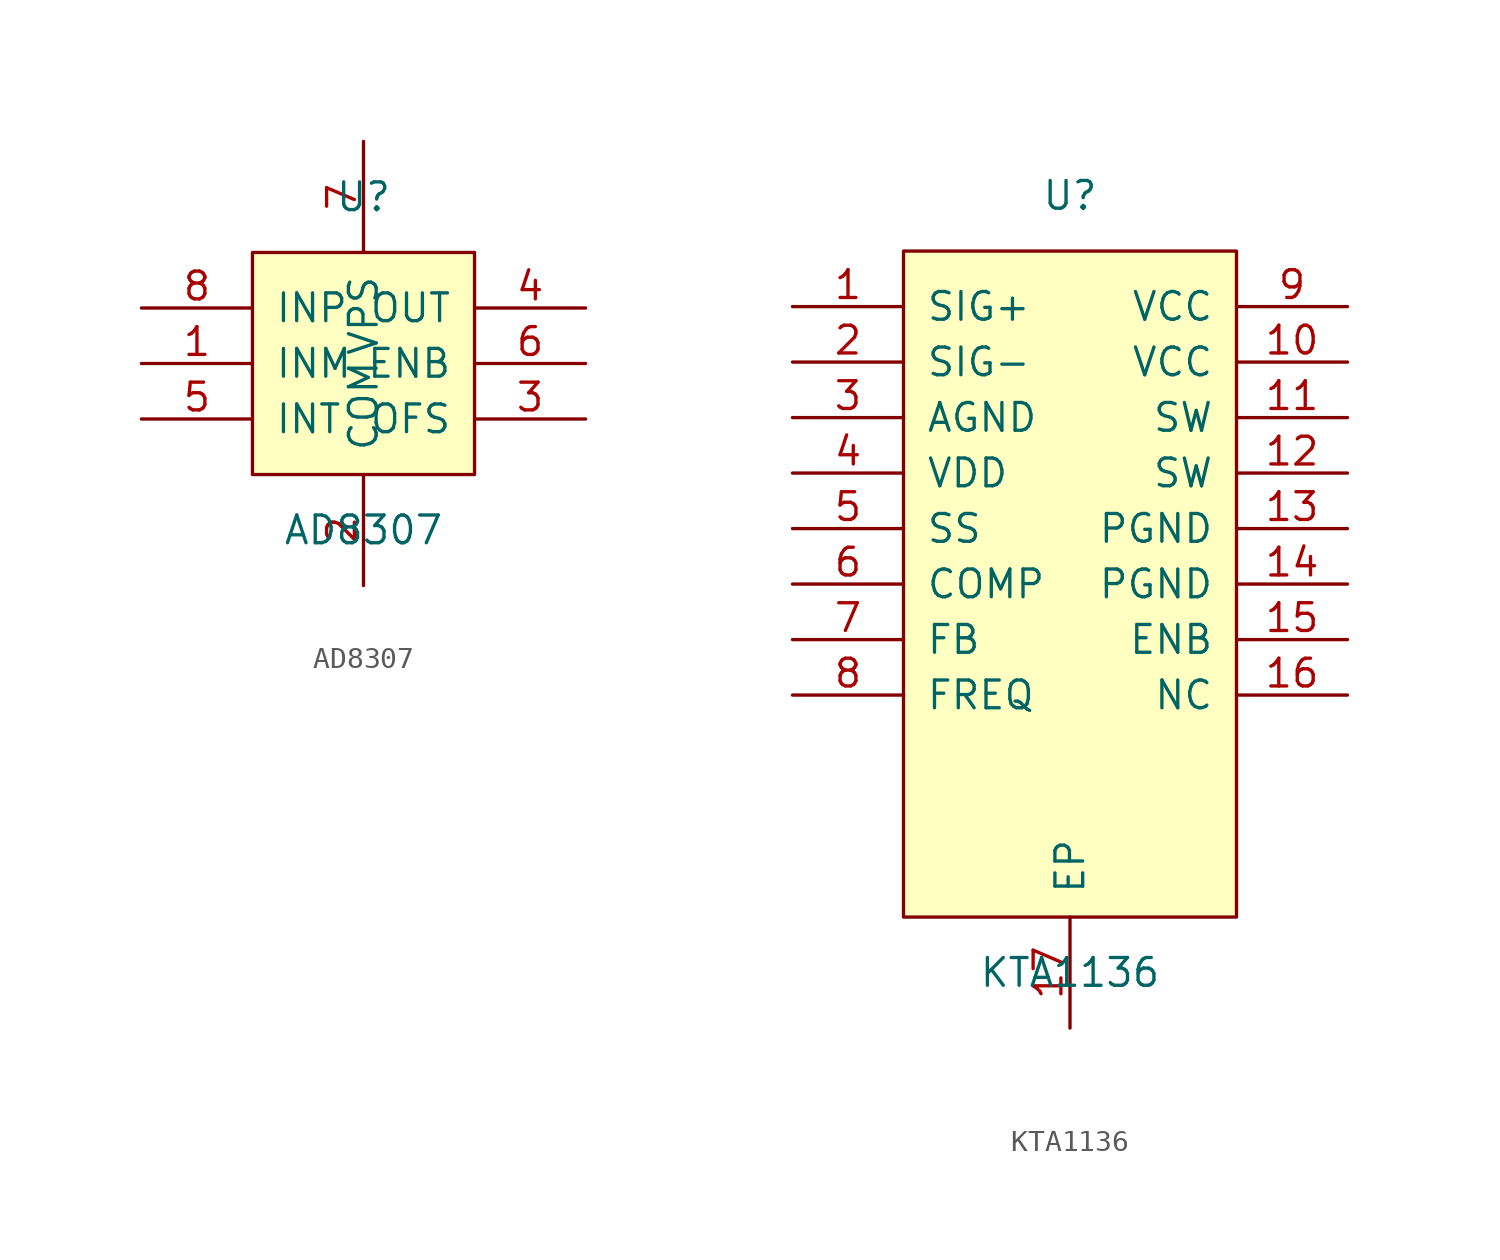
<source format=kicad_sym>
(kicad_symbol_lib
  (version 20231120)
  (generator kicad_symbol_editor)
  (generator_version "8.0")
  (symbol "AD8307"
    (pin_names
      (offset 1.016))
    (property "Reference" "U"
      (at 0 7.62 0)
      (effects (font (size 1.27 1.27))))
    (property "Value" "AD8307"
      (at 0 -7.62 0)
      (effects (font (size 1.27 1.27))))
    (symbol "AD8307_0_1"
      (rectangle (start -5.08 -5.08) (end 5.08 5.08) (stroke (width 0) (type default)) (fill (type background))))
    (symbol "AD8307_1_1"
      (pin input line (at -10.16 2.54 0) (length 5.08) (name "INP" (effects (font (size 1.27 1.27)))) (number "8" (effects (font (size 1.27 1.27)))))
      (pin input line (at -10.16 0 0) (length 5.08) (name "INM" (effects (font (size 1.27 1.27)))) (number "1" (effects (font (size 1.27 1.27)))))
      (pin passive line (at -10.16 -2.54 0) (length 5.08) (name "INT" (effects (font (size 1.27 1.27)))) (number "5" (effects (font (size 1.27 1.27)))))
      (pin output line (at 10.16 2.54 180) (length 5.08) (name "OUT" (effects (font (size 1.27 1.27)))) (number "4" (effects (font (size 1.27 1.27)))))
      (pin input line (at 10.16 0 180) (length 5.08) (name "ENB" (effects (font (size 1.27 1.27)))) (number "6" (effects (font (size 1.27 1.27)))))
      (pin passive line (at 10.16 -2.54 180) (length 5.08) (name "OFS" (effects (font (size 1.27 1.27)))) (number "3" (effects (font (size 1.27 1.27)))))
      (pin power_in line (at 0 10.16 270) (length 5.08) (name "VPS" (effects (font (size 1.27 1.27)))) (number "7" (effects (font (size 1.27 1.27)))))
      (pin power_in line (at 0 -10.16 90) (length 5.08) (name "COM" (effects (font (size 1.27 1.27)))) (number "2" (effects (font (size 1.27 1.27)))))))
  (symbol "KTA1136"
    (pin_names
      (offset 1.016))
    (property "Reference" "U"
      (at 0 17.78 0)
      (effects (font (size 1.27 1.27))))
    (property "Value" "KTA1136"
      (at 0 -17.78 0)
      (effects (font (size 1.27 1.27))))
    (symbol "KTA1136_0_1"
      (rectangle (start -7.62 -15.24) (end 7.62 15.24) (stroke (width 0) (type default)) (fill (type background))))
    (symbol "KTA1136_1_1"
      (pin passive line (at -12.7 12.7 0) (length 5.08) (name "SIG+" (effects (font (size 1.27 1.27)))) (number "1" (effects (font (size 1.27 1.27)))))
      (pin passive line (at -12.7 10.16 0) (length 5.08) (name "SIG-" (effects (font (size 1.27 1.27)))) (number "2" (effects (font (size 1.27 1.27)))))
      (pin power_in line (at -12.7 7.62 0) (length 5.08) (name "AGND" (effects (font (size 1.27 1.27)))) (number "3" (effects (font (size 1.27 1.27)))))
      (pin power_out line (at -12.7 5.08 0) (length 5.08) (name "VDD" (effects (font (size 1.27 1.27)))) (number "4" (effects (font (size 1.27 1.27)))))
      (pin passive line (at -12.7 2.54 0) (length 5.08) (name "SS" (effects (font (size 1.27 1.27)))) (number "5" (effects (font (size 1.27 1.27)))))
      (pin passive line (at -12.7 0 0) (length 5.08) (name "COMP" (effects (font (size 1.27 1.27)))) (number "6" (effects (font (size 1.27 1.27)))))
      (pin input line (at -12.7 -2.54 0) (length 5.08) (name "FB" (effects (font (size 1.27 1.27)))) (number "7" (effects (font (size 1.27 1.27)))))
      (pin input line (at -12.7 -5.08 0) (length 5.08) (name "FREQ" (effects (font (size 1.27 1.27)))) (number "8" (effects (font (size 1.27 1.27)))))
      (pin power_in line (at 12.7 12.7 180) (length 5.08) (name "VCC" (effects (font (size 1.27 1.27)))) (number "9" (effects (font (size 1.27 1.27)))))
      (pin power_in line (at 12.7 10.16 180) (length 5.08) (name "VCC" (effects (font (size 1.27 1.27)))) (number "10" (effects (font (size 1.27 1.27)))))
      (pin output line (at 12.7 7.62 180) (length 5.08) (name "SW" (effects (font (size 1.27 1.27)))) (number "11" (effects (font (size 1.27 1.27)))))
      (pin output line (at 12.7 5.08 180) (length 5.08) (name "SW" (effects (font (size 1.27 1.27)))) (number "12" (effects (font (size 1.27 1.27)))))
      (pin power_in line (at 12.7 2.54 180) (length 5.08) (name "PGND" (effects (font (size 1.27 1.27)))) (number "13" (effects (font (size 1.27 1.27)))))
      (pin power_in line (at 12.7 0 180) (length 5.08) (name "PGND" (effects (font (size 1.27 1.27)))) (number "14" (effects (font (size 1.27 1.27)))))
      (pin input line (at 12.7 -2.54 180) (length 5.08) (name "ENB" (effects (font (size 1.27 1.27)))) (number "15" (effects (font (size 1.27 1.27)))))
      (pin passive line (at 12.7 -5.08 180) (length 5.08) (name "NC" (effects (font (size 1.27 1.27)))) (number "16" (effects (font (size 1.27 1.27)))))
      (pin power_in line (at 0 -20.32 90) (length 5.08) (name "EP" (effects (font (size 1.27 1.27)))) (number "17" (effects (font (size 1.27 1.27))))))))
</source>
